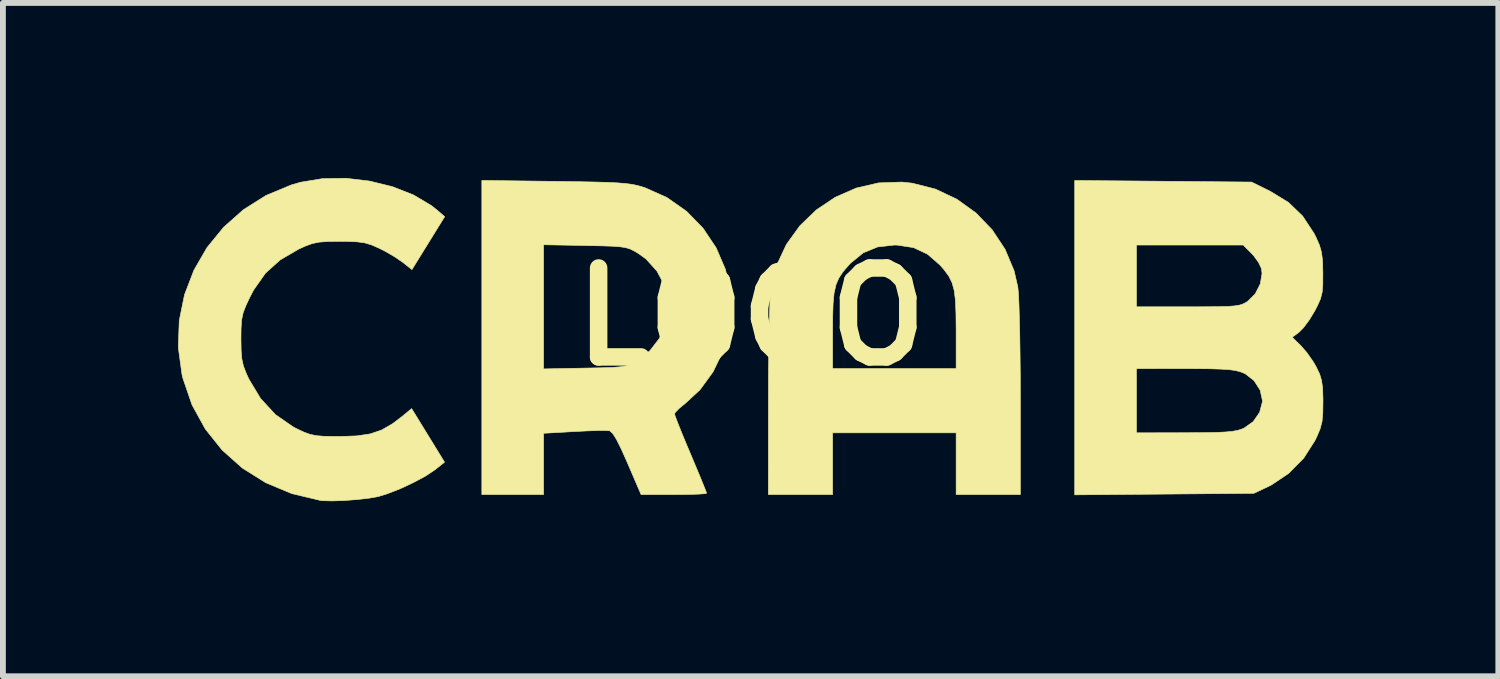
<source format=kicad_pcb>
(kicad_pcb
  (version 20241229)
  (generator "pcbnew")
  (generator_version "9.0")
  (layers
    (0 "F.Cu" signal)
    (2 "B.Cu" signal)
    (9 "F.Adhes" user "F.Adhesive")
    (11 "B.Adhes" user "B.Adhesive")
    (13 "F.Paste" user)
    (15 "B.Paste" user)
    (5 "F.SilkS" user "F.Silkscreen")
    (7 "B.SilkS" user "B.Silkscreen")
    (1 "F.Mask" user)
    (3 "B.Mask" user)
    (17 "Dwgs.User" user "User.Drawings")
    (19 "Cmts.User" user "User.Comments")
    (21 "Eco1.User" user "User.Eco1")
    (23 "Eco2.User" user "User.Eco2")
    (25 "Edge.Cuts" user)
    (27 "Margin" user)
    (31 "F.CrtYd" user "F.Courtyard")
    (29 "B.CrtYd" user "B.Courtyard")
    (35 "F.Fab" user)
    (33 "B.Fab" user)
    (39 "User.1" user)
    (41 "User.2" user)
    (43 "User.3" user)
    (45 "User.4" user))
  (footprint "LOGO"
    (layer "F.Cu")
    (at 9.821 2.377)
    (property "Reference" "LOGO" (at 0 0 0) (layer "F.SilkS") (effects (font (size 1.524 1.524) (thickness 0.3))))
    (attr through_hole)
    (fp_poly (pts (xy 2.762 -2.288) (xy 3.159 -2.187) (xy 3.525 -2.014) (xy 3.852 -1.779) (xy 4.131 -1.49) (xy 4.352 -1.156) (xy 4.507 -0.787) (xy 4.571 -0.508) (xy 4.581 -0.404) (xy 4.59 -0.226) (xy 4.597 0.014) (xy 4.604 0.305) (xy 4.609 0.636) (xy 4.613 0.995) (xy 4.614 1.371) (xy 4.614 1.408) (xy 4.614 3.048) (xy 3.514 3.048) (xy 3.514 1.99) (xy 1.397 1.99) (xy 1.397 3.048) (xy 0.296 3.048) (xy 0.297 1.429) (xy 0.298 1.053) (xy 0.302 0.692) (xy 0.307 0.357) (xy 0.31 0.231) (xy 1.397 0.231) (xy 1.397 0.889) (xy 3.514 0.889) (xy 3.514 0.231) (xy 3.511 -0.058) (xy 3.502 -0.279) (xy 3.481 -0.448) (xy 3.445 -0.58) (xy 3.39 -0.692) (xy 3.312 -0.799) (xy 3.24 -0.882) (xy 3.024 -1.071) (xy 2.784 -1.184) (xy 2.503 -1.227) (xy 2.455 -1.228) (xy 2.167 -1.195) (xy 1.921 -1.094) (xy 1.703 -0.916) (xy 1.671 -0.882) (xy 1.574 -0.768) (xy 1.503 -0.661) (xy 1.454 -0.545) (xy 1.422 -0.404) (xy 1.405 -0.221) (xy 1.398 0.018) (xy 1.397 0.231) (xy 0.31 0.231) (xy 0.314 0.061) (xy 0.321 -0.186) (xy 0.33 -0.371) (xy 0.34 -0.484) (xy 0.34 -0.487) (xy 0.437 -0.879) (xy 0.605 -1.238) (xy 0.835 -1.557) (xy 1.117 -1.829) (xy 1.442 -2.047) (xy 1.801 -2.204) (xy 2.185 -2.293) (xy 2.584 -2.307) (xy 2.762 -2.288)) (stroke (width 0.01) (type solid)) (fill yes) (layer "F.SilkS"))
    (fp_poly (pts (xy -6.538 -2.324) (xy -6.146 -2.228) (xy -5.786 -2.087) (xy -5.478 -1.904) (xy -5.383 -1.828) (xy -5.251 -1.714) (xy -5.812 -0.807) (xy -5.971 -0.933) (xy -6.101 -1.022) (xy -6.265 -1.118) (xy -6.378 -1.175) (xy -6.506 -1.231) (xy -6.621 -1.265) (xy -6.752 -1.283) (xy -6.924 -1.29) (xy -7.048 -1.291) (xy -7.252 -1.289) (xy -7.399 -1.278) (xy -7.518 -1.254) (xy -7.637 -1.211) (xy -7.755 -1.157) (xy -8.07 -0.973) (xy -8.322 -0.746) (xy -8.523 -0.46) (xy -8.584 -0.345) (xy -8.658 -0.189) (xy -8.705 -0.066) (xy -8.73 0.052) (xy -8.74 0.197) (xy -8.742 0.379) (xy -8.739 0.579) (xy -8.727 0.725) (xy -8.7 0.845) (xy -8.651 0.972) (xy -8.607 1.068) (xy -8.406 1.402) (xy -8.151 1.678) (xy -7.848 1.888) (xy -7.795 1.916) (xy -7.666 1.977) (xy -7.559 2.016) (xy -7.449 2.039) (xy -7.313 2.05) (xy -7.124 2.053) (xy -7.049 2.053) (xy -6.76 2.043) (xy -6.529 2.009) (xy -6.333 1.943) (xy -6.147 1.836) (xy -5.991 1.718) (xy -5.817 1.575) (xy -5.253 2.493) (xy -5.418 2.624) (xy -5.575 2.729) (xy -5.784 2.841) (xy -6.015 2.949) (xy -6.238 3.036) (xy -6.393 3.083) (xy -6.552 3.111) (xy -6.754 3.134) (xy -6.973 3.15) (xy -7.178 3.157) (xy -7.34 3.153) (xy -7.387 3.147) (xy -7.873 3.031) (xy -8.318 2.845) (xy -8.718 2.594) (xy -9.065 2.285) (xy -9.354 1.923) (xy -9.58 1.512) (xy -9.736 1.058) (xy -9.753 0.986) (xy -9.816 0.522) (xy -9.799 0.065) (xy -9.709 -0.377) (xy -9.548 -0.796) (xy -9.324 -1.184) (xy -9.04 -1.532) (xy -8.701 -1.833) (xy -8.314 -2.077) (xy -7.882 -2.257) (xy -7.72 -2.304) (xy -7.343 -2.366) (xy -6.943 -2.372) (xy -6.538 -2.324)) (stroke (width 0.01) (type solid)) (fill yes) (layer "F.SilkS"))
    (fp_poly (pts (xy -3.355 -2.319) (xy -2.989 -2.314) (xy -2.697 -2.308) (xy -2.468 -2.302) (xy -2.289 -2.293) (xy -2.151 -2.282) (xy -2.042 -2.268) (xy -1.95 -2.249) (xy -1.866 -2.225) (xy -1.82 -2.211) (xy -1.442 -2.042) (xy -1.107 -1.807) (xy -0.824 -1.517) (xy -0.599 -1.181) (xy -0.439 -0.809) (xy -0.353 -0.411) (xy -0.339 -0.169) (xy -0.376 0.219) (xy -0.483 0.596) (xy -0.652 0.946) (xy -0.875 1.252) (xy -1.128 1.486) (xy -1.231 1.57) (xy -1.297 1.638) (xy -1.312 1.665) (xy -1.297 1.715) (xy -1.253 1.83) (xy -1.187 1.995) (xy -1.104 2.196) (xy -1.037 2.354) (xy -0.946 2.571) (xy -0.867 2.76) (xy -0.807 2.908) (xy -0.77 3.001) (xy -0.762 3.026) (xy -0.802 3.034) (xy -0.911 3.041) (xy -1.073 3.046) (xy -1.273 3.048) (xy -1.323 3.048) (xy -1.885 3.048) (xy -2.117 2.509) (xy -2.223 2.271) (xy -2.306 2.105) (xy -2.37 2.003) (xy -2.42 1.958) (xy -2.432 1.954) (xy -2.504 1.95) (xy -2.642 1.951) (xy -2.825 1.958) (xy -3.033 1.968) (xy -3.035 1.968) (xy -3.556 1.998) (xy -3.556 3.048) (xy -4.614 3.048) (xy -4.614 0.895) (xy -3.556 0.895) (xy -2.843 0.881) (xy -2.582 0.876) (xy -2.39 0.87) (xy -2.252 0.86) (xy -2.152 0.845) (xy -2.075 0.822) (xy -2.006 0.789) (xy -1.929 0.743) (xy -1.923 0.739) (xy -1.735 0.584) (xy -1.574 0.376) (xy -1.458 0.146) (xy -1.418 -0.003) (xy -1.413 -0.269) (xy -1.482 -0.535) (xy -1.614 -0.782) (xy -1.8 -0.988) (xy -1.923 -1.078) (xy -2.001 -1.125) (xy -2.07 -1.159) (xy -2.146 -1.183) (xy -2.244 -1.198) (xy -2.379 -1.208) (xy -2.566 -1.214) (xy -2.822 -1.219) (xy -2.843 -1.22) (xy -3.556 -1.233) (xy -3.556 0.895) (xy -4.614 0.895) (xy -4.614 -2.335) (xy -3.355 -2.319)) (stroke (width 0.01) (type solid)) (fill yes) (layer "F.SilkS"))
    (fp_poly (pts (xy 7.061 -2.321) (xy 8.577 -2.307) (xy 8.9 -2.147) (xy 9.208 -1.959) (xy 9.452 -1.724) (xy 9.646 -1.429) (xy 9.681 -1.36) (xy 9.74 -1.226) (xy 9.775 -1.103) (xy 9.793 -0.959) (xy 9.798 -0.764) (xy 9.798 -0.741) (xy 9.797 -0.551) (xy 9.786 -0.417) (xy 9.758 -0.307) (xy 9.707 -0.192) (xy 9.654 -0.09) (xy 9.563 0.059) (xy 9.468 0.187) (xy 9.39 0.266) (xy 9.273 0.353) (xy 9.421 0.497) (xy 9.528 0.621) (xy 9.636 0.776) (xy 9.684 0.86) (xy 9.742 0.98) (xy 9.776 1.092) (xy 9.794 1.222) (xy 9.8 1.401) (xy 9.8 1.461) (xy 9.797 1.656) (xy 9.784 1.797) (xy 9.753 1.917) (xy 9.699 2.047) (xy 9.663 2.122) (xy 9.47 2.424) (xy 9.214 2.684) (xy 8.916 2.884) (xy 8.857 2.913) (xy 8.615 3.027) (xy 7.08 3.04) (xy 5.546 3.053) (xy 5.546 1.99) (xy 6.604 1.99) (xy 7.44 1.989) (xy 7.737 1.987) (xy 7.962 1.984) (xy 8.129 1.976) (xy 8.252 1.964) (xy 8.344 1.947) (xy 8.418 1.922) (xy 8.449 1.909) (xy 8.605 1.798) (xy 8.715 1.639) (xy 8.762 1.459) (xy 8.763 1.439) (xy 8.724 1.259) (xy 8.619 1.096) (xy 8.468 0.978) (xy 8.449 0.969) (xy 8.378 0.942) (xy 8.295 0.921) (xy 8.187 0.907) (xy 8.041 0.898) (xy 7.843 0.892) (xy 7.579 0.89) (xy 7.44 0.89) (xy 6.604 0.889) (xy 6.604 1.99) (xy 5.546 1.99) (xy 5.546 -1.228) (xy 6.604 -1.228) (xy 6.604 -0.169) (xy 7.487 -0.169) (xy 7.783 -0.17) (xy 8.007 -0.172) (xy 8.171 -0.176) (xy 8.288 -0.185) (xy 8.371 -0.199) (xy 8.432 -0.219) (xy 8.483 -0.246) (xy 8.513 -0.266) (xy 8.641 -0.394) (xy 8.726 -0.562) (xy 8.756 -0.74) (xy 8.746 -0.824) (xy 8.697 -0.929) (xy 8.611 -1.047) (xy 8.574 -1.086) (xy 8.433 -1.228) (xy 6.604 -1.228) (xy 5.546 -1.228) (xy 5.546 -2.334) (xy 7.061 -2.321)) (stroke (width 0.01) (type solid)) (fill yes) (layer "F.SilkS")))
  (gr_rect
    (start -3 -3)
    (end 22.626 8.539)
    (stroke (width 0.1) (type default))
    (fill no)
    (layer "Edge.Cuts")))
</source>
